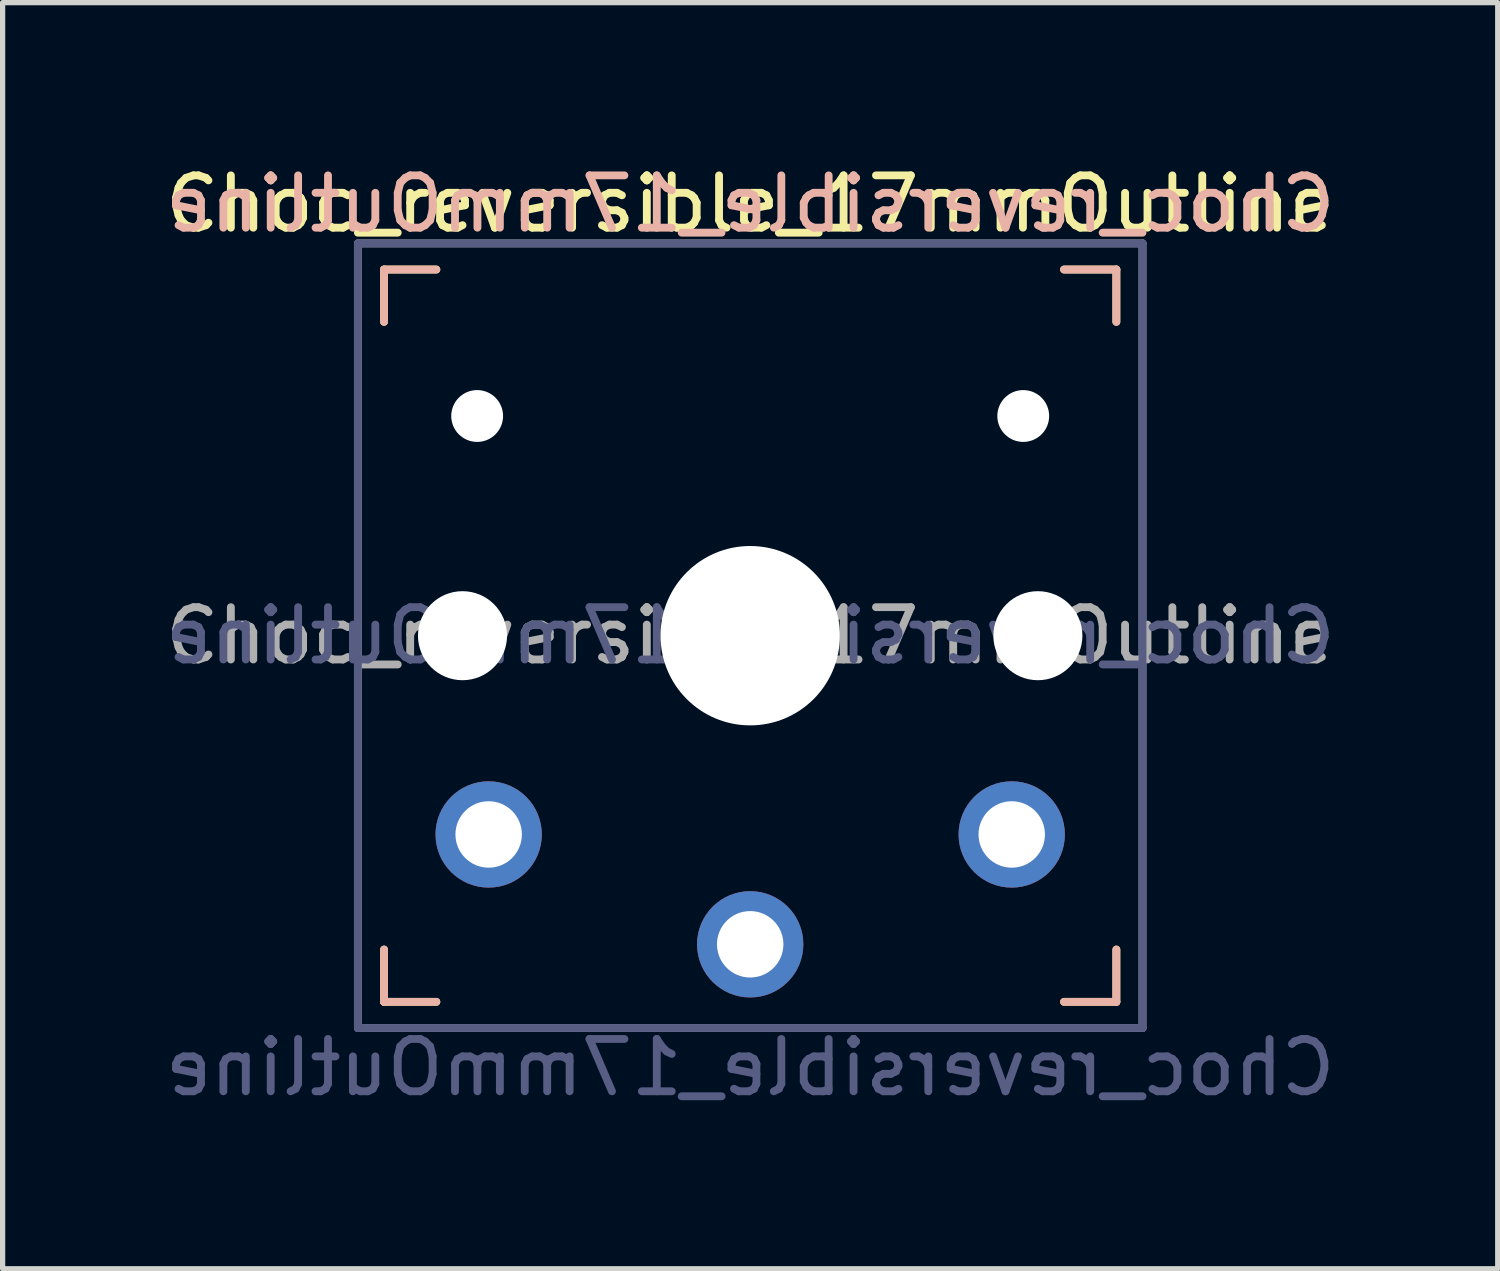
<source format=kicad_pcb>
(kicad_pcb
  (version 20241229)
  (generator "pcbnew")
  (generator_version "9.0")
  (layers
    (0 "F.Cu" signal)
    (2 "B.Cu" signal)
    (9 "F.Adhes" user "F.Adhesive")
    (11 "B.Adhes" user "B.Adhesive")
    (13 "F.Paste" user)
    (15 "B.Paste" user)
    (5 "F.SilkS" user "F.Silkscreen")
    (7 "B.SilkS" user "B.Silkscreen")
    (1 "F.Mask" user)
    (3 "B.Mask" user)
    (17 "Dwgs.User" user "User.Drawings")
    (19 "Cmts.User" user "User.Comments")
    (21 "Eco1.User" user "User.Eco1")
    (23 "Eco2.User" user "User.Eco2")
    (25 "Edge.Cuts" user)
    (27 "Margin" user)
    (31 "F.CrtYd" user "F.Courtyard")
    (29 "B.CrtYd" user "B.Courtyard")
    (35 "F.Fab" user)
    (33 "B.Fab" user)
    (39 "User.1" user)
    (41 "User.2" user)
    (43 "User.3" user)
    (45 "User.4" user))
  (footprint "Choc_reversible_17mmOutline"
    (layer "F.Cu")
    (at 11.292 9.103)
    (property "Reference" "Choc_reversible_17mmOutline" (at 0 -8.255 0) (layer "F.SilkS") (effects (font (size 1 1) (thickness 0.15))))
    (property "Value" "Choc_reversible_17mmOutline" (at 0 8.255 0) (layer "F.Fab") (hide yes) (effects (font (size 1 1) (thickness 0.15))))
    (attr through_hole)
    (fp_line (start -7 -7) (end -6 -7) (stroke (width 0.15) (type solid)) (layer "F.SilkS"))
    (fp_line (start -7 -6) (end -7 -7) (stroke (width 0.15) (type solid)) (layer "F.SilkS"))
    (fp_line (start -7 7) (end -7 6) (stroke (width 0.15) (type solid)) (layer "F.SilkS"))
    (fp_line (start -6 7) (end -7 7) (stroke (width 0.15) (type solid)) (layer "F.SilkS"))
    (fp_line (start 6 -7) (end 7 -7) (stroke (width 0.15) (type solid)) (layer "F.SilkS"))
    (fp_line (start 7 -7) (end 7 -6) (stroke (width 0.15) (type solid)) (layer "F.SilkS"))
    (fp_line (start 7 6) (end 7 7) (stroke (width 0.15) (type solid)) (layer "F.SilkS"))
    (fp_line (start 7 7) (end 6 7) (stroke (width 0.15) (type solid)) (layer "F.SilkS"))
    (fp_line (start -7 -7) (end -6 -7) (stroke (width 0.15) (type solid)) (layer "B.SilkS"))
    (fp_line (start -7 -6) (end -7 -7) (stroke (width 0.15) (type solid)) (layer "B.SilkS"))
    (fp_line (start -7 7) (end -7 6) (stroke (width 0.15) (type solid)) (layer "B.SilkS"))
    (fp_line (start -6 7) (end -7 7) (stroke (width 0.15) (type solid)) (layer "B.SilkS"))
    (fp_line (start 6 -7) (end 7 -7) (stroke (width 0.15) (type solid)) (layer "B.SilkS"))
    (fp_line (start 7 -7) (end 7 -6) (stroke (width 0.15) (type solid)) (layer "B.SilkS"))
    (fp_line (start 7 6) (end 7 7) (stroke (width 0.15) (type solid)) (layer "B.SilkS"))
    (fp_line (start 7 7) (end 6 7) (stroke (width 0.15) (type solid)) (layer "B.SilkS"))
    (fp_line (start -6.9 6.9) (end -6.9 -6.9) (stroke (width 0.15) (type solid)) (layer "Eco2.User"))
    (fp_line (start -6.9 6.9) (end 6.9 6.9) (stroke (width 0.15) (type solid)) (layer "Eco2.User"))
    (fp_line (start -2.6 -3.1) (end -2.6 -6.3) (stroke (width 0.15) (type solid)) (layer "Eco2.User"))
    (fp_line (start -2.6 -3.1) (end 2.6 -3.1) (stroke (width 0.15) (type solid)) (layer "Eco2.User"))
    (fp_line (start 2.6 -6.3) (end -2.6 -6.3) (stroke (width 0.15) (type solid)) (layer "Eco2.User"))
    (fp_line (start 2.6 -3.1) (end 2.6 -6.3) (stroke (width 0.15) (type solid)) (layer "Eco2.User"))
    (fp_line (start 6.9 -6.9) (end -6.9 -6.9) (stroke (width 0.15) (type solid)) (layer "Eco2.User"))
    (fp_line (start 6.9 -6.9) (end 6.9 6.9) (stroke (width 0.15) (type solid)) (layer "Eco2.User"))
    (fp_line (start -7.5 -7.5) (end 7.5 -7.5) (stroke (width 0.15) (type solid)) (layer "B.Fab"))
    (fp_line (start -7.5 7.5) (end -7.5 -7.5) (stroke (width 0.15) (type solid)) (layer "B.Fab"))
    (fp_line (start 7.5 -7.5) (end 7.5 7.5) (stroke (width 0.15) (type solid)) (layer "B.Fab"))
    (fp_line (start 7.5 7.5) (end -7.5 7.5) (stroke (width 0.15) (type solid)) (layer "B.Fab"))
    (fp_line (start -7.5 -7.5) (end 7.5 -7.5) (stroke (width 0.15) (type solid)) (layer "F.Fab"))
    (fp_line (start -7.5 7.5) (end -7.5 -7.5) (stroke (width 0.15) (type solid)) (layer "F.Fab"))
    (fp_line (start 7.5 -7.5) (end 7.5 7.5) (stroke (width 0.15) (type solid)) (layer "F.Fab"))
    (fp_line (start 7.5 7.5) (end -7.5 7.5) (stroke (width 0.15) (type solid)) (layer "F.Fab"))
    (fp_rect (start 8.5 -8.5) (end -8.5 8.5) (stroke (width 0.1) (type default)) (fill no) (layer "User.1"))
    (fp_text user "${REFERENCE}" (at 0 -8.255 0) (layer "B.SilkS") (effects (font (size 1 1) (thickness 0.15)) (justify mirror)))
    (fp_text user "${REFERENCE}" (at 0 0 0) (layer "B.Fab") (effects (font (size 1 1) (thickness 0.15)) (justify mirror)))
    (fp_text user "${VALUE}" (at 0 8.255 0) (layer "B.Fab") (effects (font (size 1 1) (thickness 0.15)) (justify mirror)))
    (fp_text user "${REFERENCE}" (at 0 0 0) (layer "F.Fab") (effects (font (size 1 1) (thickness 0.15))))
    (pad "" np_thru_hole circle (at -5.5 0) (size 1.702 1.702) (drill 1.702) (layers "*.Cu" "*.Mask"))
    (pad "" np_thru_hole circle (at -5.22 -4.2) (size 0.991 0.991) (drill 0.991) (layers "*.Cu" "*.Mask"))
    (pad "" np_thru_hole circle (at 0 0) (size 3.429 3.429) (drill 3.429) (layers "*.Cu" "*.Mask"))
    (pad "" np_thru_hole circle (at 5.22 -4.2) (size 0.991 0.991) (drill 0.991) (layers "*.Cu" "*.Mask"))
    (pad "" np_thru_hole circle (at 5.5 0) (size 1.702 1.702) (drill 1.702) (layers "*.Cu" "*.Mask"))
    (pad "1" thru_hole circle (at 0 5.9) (size 2.032 2.032) (drill 1.27) (layers "*.Cu" "*.Mask"))
    (pad "2" thru_hole circle (at -5 3.8) (size 2.032 2.032) (drill 1.27) (layers "*.Cu" "*.Mask"))
    (pad "2" thru_hole circle (at 5 3.8) (size 2.032 2.032) (drill 1.27) (layers "*.Cu" "*.Mask")))
  (gr_rect
    (start -3 -3)
    (end 25.583 21.206)
    (stroke (width 0.1) (type default))
    (fill no)
    (layer "Edge.Cuts")))
</source>
